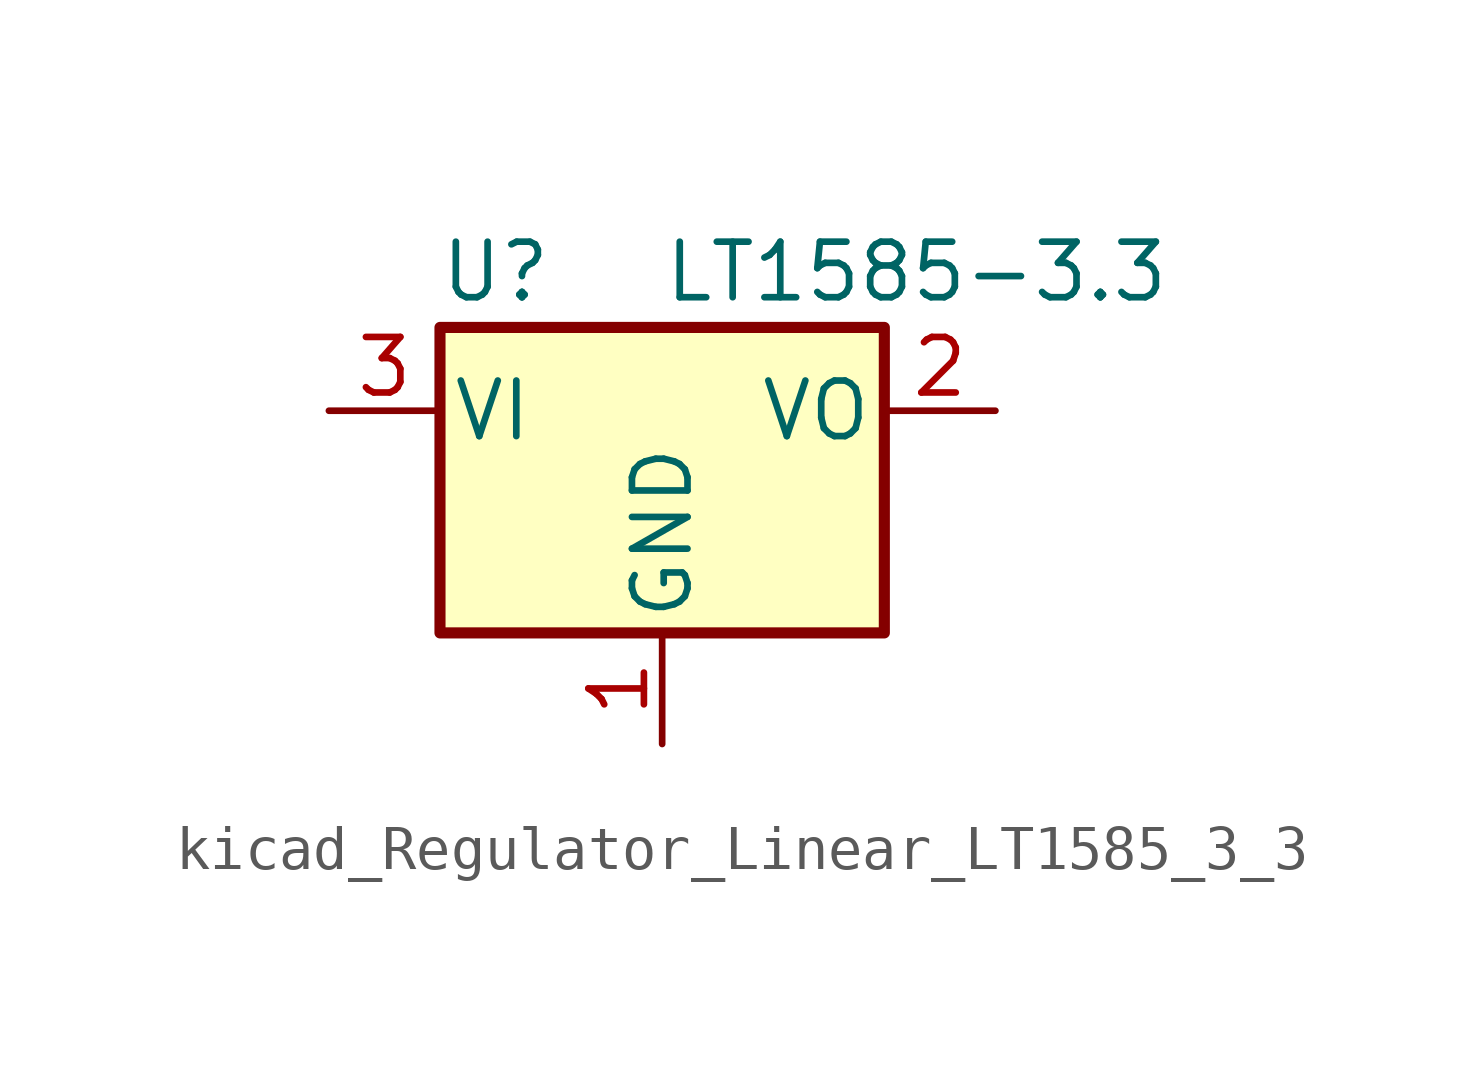
<source format=kicad_sym>
(kicad_symbol_lib
  (version 20220914)
  (generator kicad_symbol_editor)
  (symbol "kicad_Regulator_Linear_LT1585_3_3"
    (pin_names
      (offset 0.254))
    (property "Reference" "U"
      (at -3.81 3.175 0)
      (effects (font (size 1.27 1.27))))
    (property "Value" "LT1585-3.3"
      (at 0 3.175 0)
      (effects (font (size 1.27 1.27)) (justify left)))
    (symbol "kicad_Regulator_Linear_LT1585_3_3_0_1"
      (rectangle (start -5.08 -5.08) (end 5.08 1.905) (stroke (width 0.254) (type default)) (fill (type background))))
    (symbol "kicad_Regulator_Linear_LT1585_3_3_1_1"
      (pin power_in line (at 0 -7.62 90) (length 2.54) (name "GND" (effects (font (size 1.27 1.27)))) (number "1" (effects (font (size 1.27 1.27)))))
      (pin power_out line (at 7.62 0 180) (length 2.54) (name "VO" (effects (font (size 1.27 1.27)))) (number "2" (effects (font (size 1.27 1.27)))))
      (pin power_in line (at -7.62 0 0) (length 2.54) (name "VI" (effects (font (size 1.27 1.27)))) (number "3" (effects (font (size 1.27 1.27))))))))
</source>
